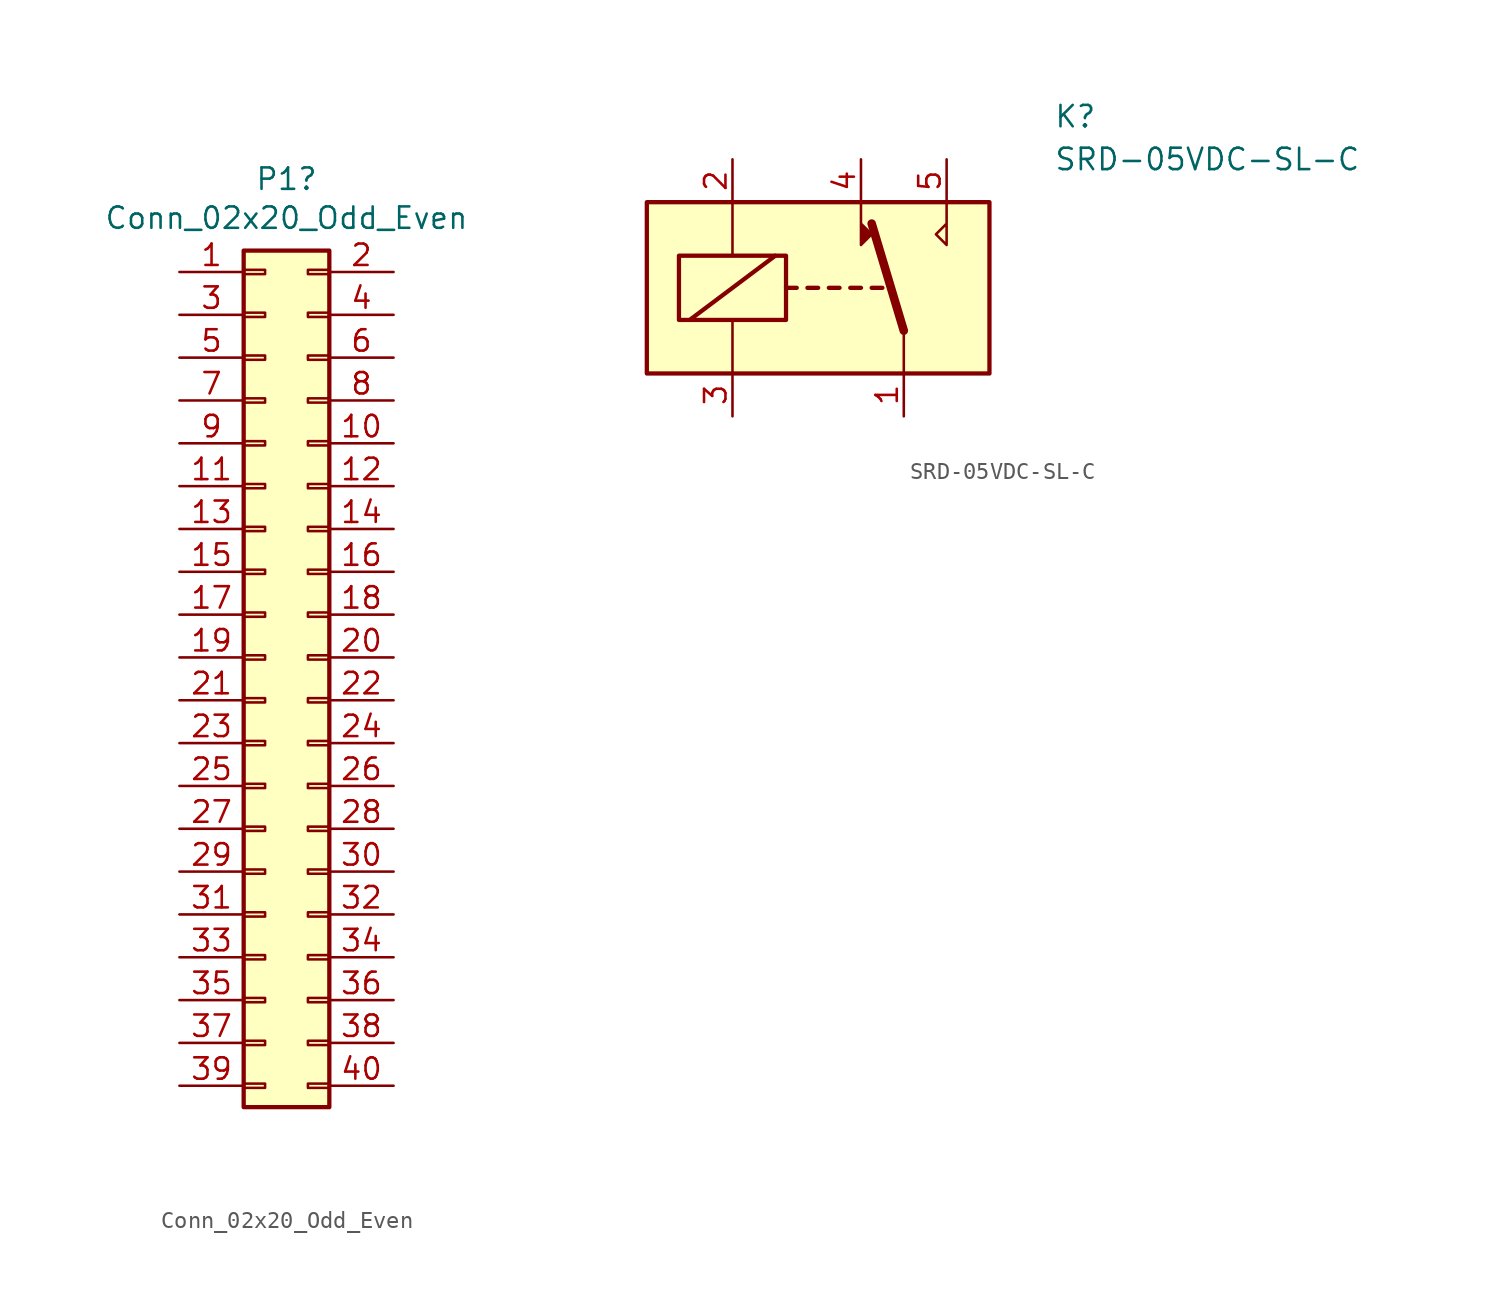
<source format=kicad_sym>
(kicad_symbol_lib
  (version 20211014)
  (generator kicad_symbol_editor)
  (symbol "Conn_02x20_Odd_Even"
    (pin_names
      (offset 1.016) hide)
    (property "Reference" "P1"
      (at 1.27 28.372 0)
      (effects (font (size 1.27 1.27))))
    (property "Value" "Conn_02x20_Odd_Even"
      (at 1.27 26.06 0)
      (effects (font (size 1.27 1.27))))
    (symbol "Conn_02x20_Odd_Even_1_1"
      (rectangle (start -1.27 -25.273) (end 0 -25.527) (stroke (width 0.152) (type default) (color 0 0 0 0)) (fill (type none)))
      (rectangle (start -1.27 -22.733) (end 0 -22.987) (stroke (width 0.152) (type default) (color 0 0 0 0)) (fill (type none)))
      (rectangle (start -1.27 -20.193) (end 0 -20.447) (stroke (width 0.152) (type default) (color 0 0 0 0)) (fill (type none)))
      (rectangle (start -1.27 -17.653) (end 0 -17.907) (stroke (width 0.152) (type default) (color 0 0 0 0)) (fill (type none)))
      (rectangle (start -1.27 -15.113) (end 0 -15.367) (stroke (width 0.152) (type default) (color 0 0 0 0)) (fill (type none)))
      (rectangle (start -1.27 -12.573) (end 0 -12.827) (stroke (width 0.152) (type default) (color 0 0 0 0)) (fill (type none)))
      (rectangle (start -1.27 -10.033) (end 0 -10.287) (stroke (width 0.152) (type default) (color 0 0 0 0)) (fill (type none)))
      (rectangle (start -1.27 -7.493) (end 0 -7.747) (stroke (width 0.152) (type default) (color 0 0 0 0)) (fill (type none)))
      (rectangle (start -1.27 -4.953) (end 0 -5.207) (stroke (width 0.152) (type default) (color 0 0 0 0)) (fill (type none)))
      (rectangle (start -1.27 -2.413) (end 0 -2.667) (stroke (width 0.152) (type default) (color 0 0 0 0)) (fill (type none)))
      (rectangle (start -1.27 0.127) (end 0 -0.127) (stroke (width 0.152) (type default) (color 0 0 0 0)) (fill (type none)))
      (rectangle (start -1.27 2.667) (end 0 2.413) (stroke (width 0.152) (type default) (color 0 0 0 0)) (fill (type none)))
      (rectangle (start -1.27 5.207) (end 0 4.953) (stroke (width 0.152) (type default) (color 0 0 0 0)) (fill (type none)))
      (rectangle (start -1.27 7.747) (end 0 7.493) (stroke (width 0.152) (type default) (color 0 0 0 0)) (fill (type none)))
      (rectangle (start -1.27 10.287) (end 0 10.033) (stroke (width 0.152) (type default) (color 0 0 0 0)) (fill (type none)))
      (rectangle (start -1.27 12.827) (end 0 12.573) (stroke (width 0.152) (type default) (color 0 0 0 0)) (fill (type none)))
      (rectangle (start -1.27 15.367) (end 0 15.113) (stroke (width 0.152) (type default) (color 0 0 0 0)) (fill (type none)))
      (rectangle (start -1.27 17.907) (end 0 17.653) (stroke (width 0.152) (type default) (color 0 0 0 0)) (fill (type none)))
      (rectangle (start -1.27 20.447) (end 0 20.193) (stroke (width 0.152) (type default) (color 0 0 0 0)) (fill (type none)))
      (rectangle (start -1.27 22.987) (end 0 22.733) (stroke (width 0.152) (type default) (color 0 0 0 0)) (fill (type none)))
      (rectangle (start -1.27 24.13) (end 3.81 -26.67) (stroke (width 0.254) (type default) (color 0 0 0 0)) (fill (type background)))
      (rectangle (start 3.81 -25.273) (end 2.54 -25.527) (stroke (width 0.152) (type default) (color 0 0 0 0)) (fill (type none)))
      (rectangle (start 3.81 -22.733) (end 2.54 -22.987) (stroke (width 0.152) (type default) (color 0 0 0 0)) (fill (type none)))
      (rectangle (start 3.81 -20.193) (end 2.54 -20.447) (stroke (width 0.152) (type default) (color 0 0 0 0)) (fill (type none)))
      (rectangle (start 3.81 -17.653) (end 2.54 -17.907) (stroke (width 0.152) (type default) (color 0 0 0 0)) (fill (type none)))
      (rectangle (start 3.81 -15.113) (end 2.54 -15.367) (stroke (width 0.152) (type default) (color 0 0 0 0)) (fill (type none)))
      (rectangle (start 3.81 -12.573) (end 2.54 -12.827) (stroke (width 0.152) (type default) (color 0 0 0 0)) (fill (type none)))
      (rectangle (start 3.81 -10.033) (end 2.54 -10.287) (stroke (width 0.152) (type default) (color 0 0 0 0)) (fill (type none)))
      (rectangle (start 3.81 -7.493) (end 2.54 -7.747) (stroke (width 0.152) (type default) (color 0 0 0 0)) (fill (type none)))
      (rectangle (start 3.81 -4.953) (end 2.54 -5.207) (stroke (width 0.152) (type default) (color 0 0 0 0)) (fill (type none)))
      (rectangle (start 3.81 -2.413) (end 2.54 -2.667) (stroke (width 0.152) (type default) (color 0 0 0 0)) (fill (type none)))
      (rectangle (start 3.81 0.127) (end 2.54 -0.127) (stroke (width 0.152) (type default) (color 0 0 0 0)) (fill (type none)))
      (rectangle (start 3.81 2.667) (end 2.54 2.413) (stroke (width 0.152) (type default) (color 0 0 0 0)) (fill (type none)))
      (rectangle (start 3.81 5.207) (end 2.54 4.953) (stroke (width 0.152) (type default) (color 0 0 0 0)) (fill (type none)))
      (rectangle (start 3.81 7.747) (end 2.54 7.493) (stroke (width 0.152) (type default) (color 0 0 0 0)) (fill (type none)))
      (rectangle (start 3.81 10.287) (end 2.54 10.033) (stroke (width 0.152) (type default) (color 0 0 0 0)) (fill (type none)))
      (rectangle (start 3.81 12.827) (end 2.54 12.573) (stroke (width 0.152) (type default) (color 0 0 0 0)) (fill (type none)))
      (rectangle (start 3.81 15.367) (end 2.54 15.113) (stroke (width 0.152) (type default) (color 0 0 0 0)) (fill (type none)))
      (rectangle (start 3.81 17.907) (end 2.54 17.653) (stroke (width 0.152) (type default) (color 0 0 0 0)) (fill (type none)))
      (rectangle (start 3.81 20.447) (end 2.54 20.193) (stroke (width 0.152) (type default) (color 0 0 0 0)) (fill (type none)))
      (rectangle (start 3.81 22.987) (end 2.54 22.733) (stroke (width 0.152) (type default) (color 0 0 0 0)) (fill (type none)))
      (pin power_out line (at -5.08 22.86 0) (length 3.81) (name "Pin_1" (effects (font (size 1.27 1.27)))) (number "1" (effects (font (size 1.27 1.27)))))
      (pin passive line (at 7.62 12.7 180) (length 3.81) (name "Pin_10" (effects (font (size 1.27 1.27)))) (number "10" (effects (font (size 1.27 1.27)))))
      (pin passive line (at -5.08 10.16 0) (length 3.81) (name "Pin_11" (effects (font (size 1.27 1.27)))) (number "11" (effects (font (size 1.27 1.27)))))
      (pin passive line (at 7.62 10.16 180) (length 3.81) (name "Pin_12" (effects (font (size 1.27 1.27)))) (number "12" (effects (font (size 1.27 1.27)))))
      (pin passive line (at -5.08 7.62 0) (length 3.81) (name "Pin_13" (effects (font (size 1.27 1.27)))) (number "13" (effects (font (size 1.27 1.27)))))
      (pin passive line (at 7.62 7.62 180) (length 3.81) (name "Pin_14" (effects (font (size 1.27 1.27)))) (number "14" (effects (font (size 1.27 1.27)))))
      (pin passive line (at -5.08 5.08 0) (length 3.81) (name "Pin_15" (effects (font (size 1.27 1.27)))) (number "15" (effects (font (size 1.27 1.27)))))
      (pin passive line (at 7.62 5.08 180) (length 3.81) (name "Pin_16" (effects (font (size 1.27 1.27)))) (number "16" (effects (font (size 1.27 1.27)))))
      (pin power_out line (at -5.08 2.54 0) (length 3.81) (name "Pin_17" (effects (font (size 1.27 1.27)))) (number "17" (effects (font (size 1.27 1.27)))))
      (pin passive line (at 7.62 2.54 180) (length 3.81) (name "Pin_18" (effects (font (size 1.27 1.27)))) (number "18" (effects (font (size 1.27 1.27)))))
      (pin passive line (at -5.08 0 0) (length 3.81) (name "Pin_19" (effects (font (size 1.27 1.27)))) (number "19" (effects (font (size 1.27 1.27)))))
      (pin bidirectional line (at 7.62 22.86 180) (length 3.81) (name "Pin_2" (effects (font (size 1.27 1.27)))) (number "2" (effects (font (size 1.27 1.27)))))
      (pin passive line (at 7.62 0 180) (length 3.81) (name "Pin_20" (effects (font (size 1.27 1.27)))) (number "20" (effects (font (size 1.27 1.27)))))
      (pin passive line (at -5.08 -2.54 0) (length 3.81) (name "Pin_21" (effects (font (size 1.27 1.27)))) (number "21" (effects (font (size 1.27 1.27)))))
      (pin passive line (at 7.62 -2.54 180) (length 3.81) (name "Pin_22" (effects (font (size 1.27 1.27)))) (number "22" (effects (font (size 1.27 1.27)))))
      (pin passive line (at -5.08 -5.08 0) (length 3.81) (name "Pin_23" (effects (font (size 1.27 1.27)))) (number "23" (effects (font (size 1.27 1.27)))))
      (pin passive line (at 7.62 -5.08 180) (length 3.81) (name "Pin_24" (effects (font (size 1.27 1.27)))) (number "24" (effects (font (size 1.27 1.27)))))
      (pin passive line (at -5.08 -7.62 0) (length 3.81) (name "Pin_25" (effects (font (size 1.27 1.27)))) (number "25" (effects (font (size 1.27 1.27)))))
      (pin passive line (at 7.62 -7.62 180) (length 3.81) (name "Pin_26" (effects (font (size 1.27 1.27)))) (number "26" (effects (font (size 1.27 1.27)))))
      (pin passive line (at -5.08 -10.16 0) (length 3.81) (name "Pin_27" (effects (font (size 1.27 1.27)))) (number "27" (effects (font (size 1.27 1.27)))))
      (pin passive line (at 7.62 -10.16 180) (length 3.81) (name "Pin_28" (effects (font (size 1.27 1.27)))) (number "28" (effects (font (size 1.27 1.27)))))
      (pin passive line (at -5.08 -12.7 0) (length 3.81) (name "Pin_29" (effects (font (size 1.27 1.27)))) (number "29" (effects (font (size 1.27 1.27)))))
      (pin passive line (at -5.08 20.32 0) (length 3.81) (name "Pin_3" (effects (font (size 1.27 1.27)))) (number "3" (effects (font (size 1.27 1.27)))))
      (pin passive line (at 7.62 -12.7 180) (length 3.81) (name "Pin_30" (effects (font (size 1.27 1.27)))) (number "30" (effects (font (size 1.27 1.27)))))
      (pin passive line (at -5.08 -15.24 0) (length 3.81) (name "Pin_31" (effects (font (size 1.27 1.27)))) (number "31" (effects (font (size 1.27 1.27)))))
      (pin passive line (at 7.62 -15.24 180) (length 3.81) (name "Pin_32" (effects (font (size 1.27 1.27)))) (number "32" (effects (font (size 1.27 1.27)))))
      (pin passive line (at -5.08 -17.78 0) (length 3.81) (name "Pin_33" (effects (font (size 1.27 1.27)))) (number "33" (effects (font (size 1.27 1.27)))))
      (pin passive line (at 7.62 -17.78 180) (length 3.81) (name "Pin_34" (effects (font (size 1.27 1.27)))) (number "34" (effects (font (size 1.27 1.27)))))
      (pin passive line (at -5.08 -20.32 0) (length 3.81) (name "Pin_35" (effects (font (size 1.27 1.27)))) (number "35" (effects (font (size 1.27 1.27)))))
      (pin passive line (at 7.62 -20.32 180) (length 3.81) (name "Pin_36" (effects (font (size 1.27 1.27)))) (number "36" (effects (font (size 1.27 1.27)))))
      (pin passive line (at -5.08 -22.86 0) (length 3.81) (name "Pin_37" (effects (font (size 1.27 1.27)))) (number "37" (effects (font (size 1.27 1.27)))))
      (pin passive line (at 7.62 -22.86 180) (length 3.81) (name "Pin_38" (effects (font (size 1.27 1.27)))) (number "38" (effects (font (size 1.27 1.27)))))
      (pin passive line (at -5.08 -25.4 0) (length 3.81) (name "Pin_39" (effects (font (size 1.27 1.27)))) (number "39" (effects (font (size 1.27 1.27)))))
      (pin bidirectional line (at 7.62 20.32 180) (length 3.81) (name "Pin_4" (effects (font (size 1.27 1.27)))) (number "4" (effects (font (size 1.27 1.27)))))
      (pin passive line (at 7.62 -25.4 180) (length 3.81) (name "Pin_40" (effects (font (size 1.27 1.27)))) (number "40" (effects (font (size 1.27 1.27)))))
      (pin passive line (at -5.08 17.78 0) (length 3.81) (name "Pin_5" (effects (font (size 1.27 1.27)))) (number "5" (effects (font (size 1.27 1.27)))))
      (pin passive line (at 7.62 17.78 180) (length 3.81) (name "Pin_6" (effects (font (size 1.27 1.27)))) (number "6" (effects (font (size 1.27 1.27)))))
      (pin passive line (at -5.08 15.24 0) (length 3.81) (name "Pin_7" (effects (font (size 1.27 1.27)))) (number "7" (effects (font (size 1.27 1.27)))))
      (pin passive line (at 7.62 15.24 180) (length 3.81) (name "Pin_8" (effects (font (size 1.27 1.27)))) (number "8" (effects (font (size 1.27 1.27)))))
      (pin passive line (at -5.08 12.7 0) (length 3.81) (name "Pin_9" (effects (font (size 1.27 1.27)))) (number "9" (effects (font (size 1.27 1.27)))))))
  (symbol "SRD-05VDC-SL-C"
    (pin_names
      (offset 0.762))
    (property "Reference" "K"
      (at 19.05 12.7 0)
      (effects (font (size 1.27 1.27)) (justify left)))
    (property "Value" "SRD-05VDC-SL-C"
      (at 19.05 10.16 0)
      (effects (font (size 1.27 1.27)) (justify left)))
    (symbol "SRD-05VDC-SL-C_0_0"
      (polyline (pts (xy 12.7 7.62) (xy 12.7 5.08) (xy 12.065 5.715) (xy 12.7 6.35)) (stroke (width 0) (type default) (color 0 0 0 0)) (fill (type none))))
    (symbol "SRD-05VDC-SL-C_0_1"
      (rectangle (start -5.08 7.62) (end 15.24 -2.54) (stroke (width 0.254) (type default) (color 0 0 0 0)) (fill (type background)))
      (rectangle (start -3.175 4.445) (end 3.175 0.635) (stroke (width 0.254) (type default) (color 0 0 0 0)) (fill (type none)))
      (polyline (pts (xy -2.54 0.635) (xy 2.54 4.445)) (stroke (width 0.254) (type default) (color 0 0 0 0)) (fill (type none)))
      (polyline (pts (xy 0 -2.54) (xy 0 0.635)) (stroke (width 0) (type default) (color 0 0 0 0)) (fill (type none)))
      (polyline (pts (xy 0 7.62) (xy 0 4.445)) (stroke (width 0) (type default) (color 0 0 0 0)) (fill (type none)))
      (polyline (pts (xy 3.175 2.54) (xy 3.81 2.54)) (stroke (width 0.254) (type default) (color 0 0 0 0)) (fill (type none)))
      (polyline (pts (xy 4.445 2.54) (xy 5.08 2.54)) (stroke (width 0.254) (type default) (color 0 0 0 0)) (fill (type none)))
      (polyline (pts (xy 5.715 2.54) (xy 6.35 2.54)) (stroke (width 0.254) (type default) (color 0 0 0 0)) (fill (type none)))
      (polyline (pts (xy 6.985 2.54) (xy 7.62 2.54)) (stroke (width 0.254) (type default) (color 0 0 0 0)) (fill (type none)))
      (polyline (pts (xy 8.255 2.54) (xy 8.89 2.54)) (stroke (width 0.254) (type default) (color 0 0 0 0)) (fill (type none)))
      (polyline (pts (xy 10.16 0) (xy 8.255 6.35)) (stroke (width 0.508) (type default) (color 0 0 0 0)) (fill (type none)))
      (polyline (pts (xy 10.16 0) (xy 10.16 -2.54)) (stroke (width 0) (type default) (color 0 0 0 0)) (fill (type none)))
      (polyline (pts (xy 7.62 7.62) (xy 7.62 5.08) (xy 8.255 5.715) (xy 7.62 6.35)) (stroke (width 0) (type default) (color 0 0 0 0)) (fill (type outline))))
    (symbol "SRD-05VDC-SL-C_1_1"
      (pin passive line (at 10.16 -5.08 90) (length 2.54) (name "~" (effects (font (size 1.27 1.27)))) (number "1" (effects (font (size 1.27 1.27)))))
      (pin passive line (at 0 10.16 270) (length 2.54) (name "~" (effects (font (size 1.27 1.27)))) (number "2" (effects (font (size 1.27 1.27)))))
      (pin passive line (at 0 -5.08 90) (length 2.54) (name "~" (effects (font (size 1.27 1.27)))) (number "3" (effects (font (size 1.27 1.27)))))
      (pin passive line (at 7.62 10.16 270) (length 2.54) (name "~" (effects (font (size 1.27 1.27)))) (number "4" (effects (font (size 1.27 1.27)))))
      (pin passive line (at 12.7 10.16 270) (length 2.54) (name "~" (effects (font (size 1.27 1.27)))) (number "5" (effects (font (size 1.27 1.27))))))))
</source>
